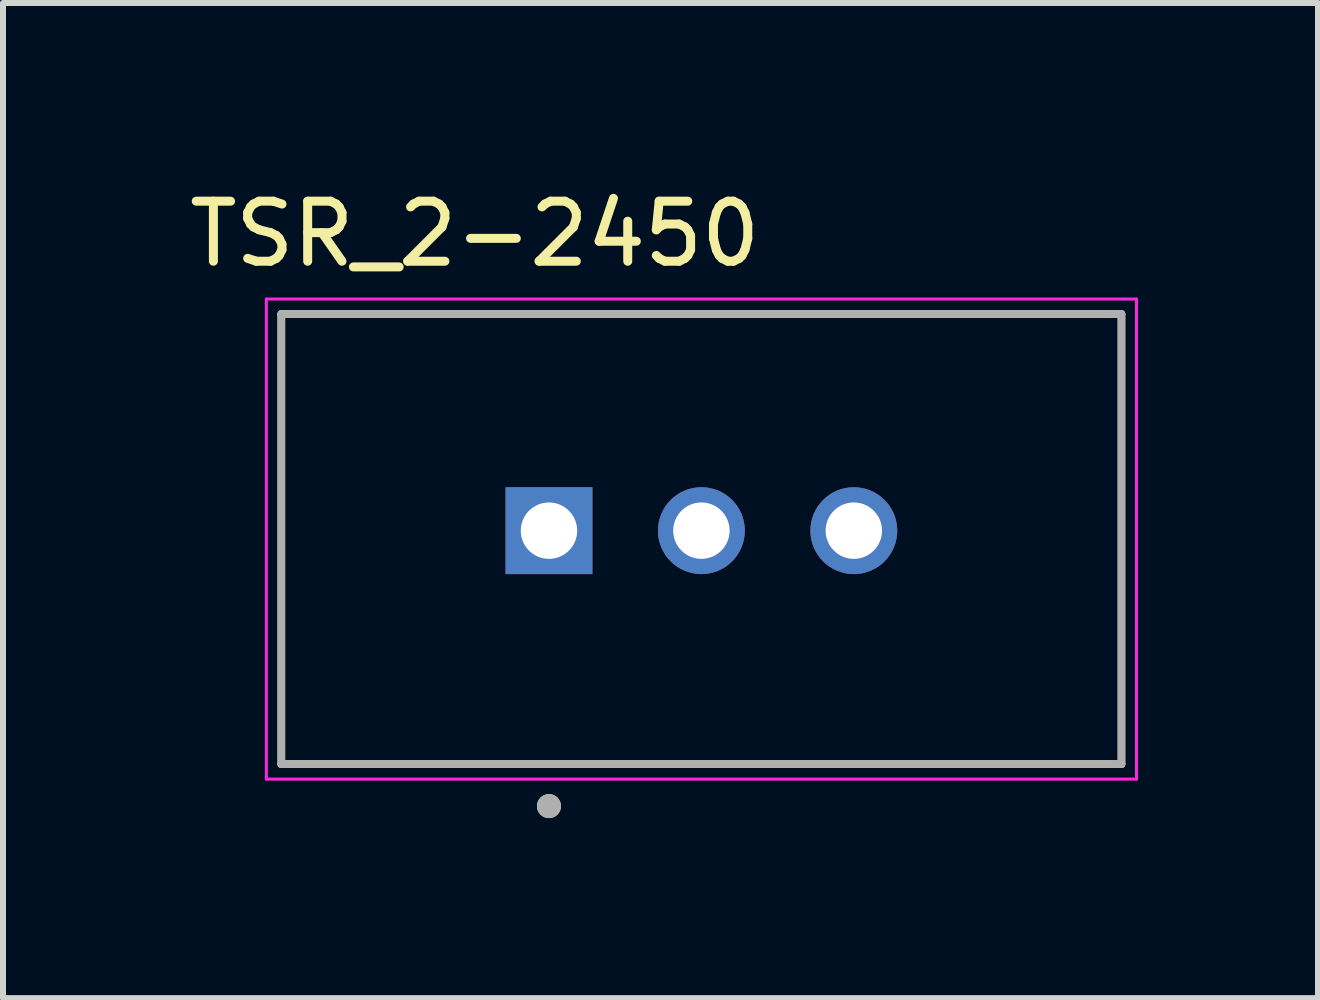
<source format=kicad_pcb>
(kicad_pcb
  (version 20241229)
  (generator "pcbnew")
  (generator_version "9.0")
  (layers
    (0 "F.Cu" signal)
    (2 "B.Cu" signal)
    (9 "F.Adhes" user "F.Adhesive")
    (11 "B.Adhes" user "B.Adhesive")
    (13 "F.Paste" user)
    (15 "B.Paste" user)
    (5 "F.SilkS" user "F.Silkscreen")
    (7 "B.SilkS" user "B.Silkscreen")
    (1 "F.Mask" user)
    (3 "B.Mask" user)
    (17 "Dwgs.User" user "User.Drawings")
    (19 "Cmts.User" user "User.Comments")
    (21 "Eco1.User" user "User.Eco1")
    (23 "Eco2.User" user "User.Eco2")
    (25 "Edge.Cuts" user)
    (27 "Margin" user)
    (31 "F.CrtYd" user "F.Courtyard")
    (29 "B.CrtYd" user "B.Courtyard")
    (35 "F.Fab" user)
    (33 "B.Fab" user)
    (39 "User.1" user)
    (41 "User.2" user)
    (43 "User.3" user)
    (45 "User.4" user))
  (footprint "TSR_2-2450"
    (layer "F.Cu")
    (at 8.638 5.933)
    (property "Reference" "TSR_2-2450" (at -3.775 -5.085 0) (layer "F.SilkS") (effects (font (size 1 1) (thickness 0.15))))
    (attr through_hole)
    (fp_line (start -7 -3.75) (end 7 -3.75) (stroke (width 0.127) (type solid)) (layer "F.SilkS"))
    (fp_line (start -7 3.75) (end -7 -3.75) (stroke (width 0.127) (type solid)) (layer "F.SilkS"))
    (fp_line (start 7 3.75) (end -7 3.75) (stroke (width 0.127) (type solid)) (layer "F.SilkS"))
    (fp_line (start 7 3.75) (end 7 -3.75) (stroke (width 0.127) (type solid)) (layer "F.SilkS"))
    (fp_circle (center -2.54 4.45) (end -2.44 4.45) (stroke (width 0.2) (type solid)) (fill no) (layer "F.SilkS"))
    (fp_line (start -7.25 -4) (end -7.25 4) (stroke (width 0.05) (type solid)) (layer "F.CrtYd"))
    (fp_line (start -7.25 -4) (end 7.25 -4) (stroke (width 0.05) (type solid)) (layer "F.CrtYd"))
    (fp_line (start 7.25 4) (end -7.25 4) (stroke (width 0.05) (type solid)) (layer "F.CrtYd"))
    (fp_line (start 7.25 4) (end 7.25 -4) (stroke (width 0.05) (type solid)) (layer "F.CrtYd"))
    (fp_line (start -7 -3.75) (end 7 -3.75) (stroke (width 0.127) (type solid)) (layer "F.Fab"))
    (fp_line (start -7 3.75) (end -7 -3.75) (stroke (width 0.127) (type solid)) (layer "F.Fab"))
    (fp_line (start 7 -3.75) (end 7 3.75) (stroke (width 0.127) (type solid)) (layer "F.Fab"))
    (fp_line (start 7 3.75) (end -7 3.75) (stroke (width 0.127) (type solid)) (layer "F.Fab"))
    (fp_circle (center -2.54 4.45) (end -2.44 4.45) (stroke (width 0.2) (type solid)) (fill no) (layer "F.Fab"))
    (pad "1" thru_hole rect (at -2.54 -0.14) (size 1.448 1.448) (drill 0.94) (layers "*.Cu" "*.Mask"))
    (pad "2" thru_hole circle (at 0 -0.14) (size 1.448 1.448) (drill 0.94) (layers "*.Cu" "*.Mask"))
    (pad "3" thru_hole circle (at 2.54 -0.14) (size 1.448 1.448) (drill 0.94) (layers "*.Cu" "*.Mask")))
  (gr_rect
    (start -3 -3)
    (end 18.913 13.583)
    (stroke (width 0.1) (type default))
    (fill no)
    (layer "Edge.Cuts")))
</source>
